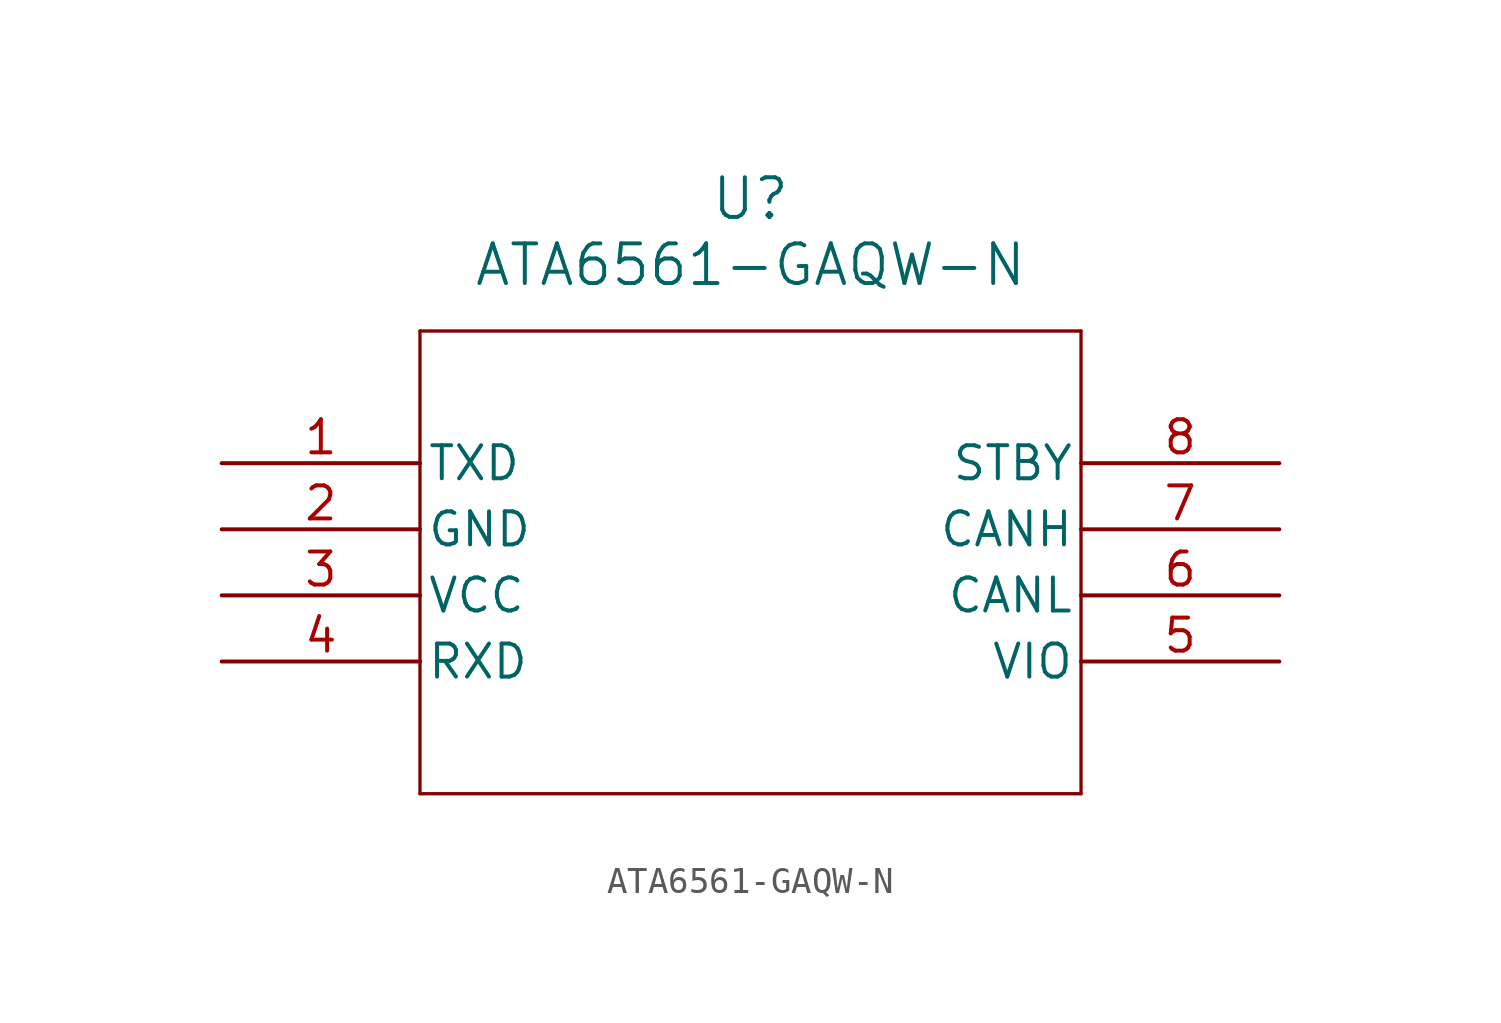
<source format=kicad_sym>
(kicad_symbol_lib
  (version 20241209)
  (generator "kicad_symbol_editor")
  (generator_version "9.0")
  (symbol "ATA6561-GAQW-N"
    (pin_names
      (offset 0.254))
    (property "Reference" "U"
      (at 20.32 10.16 0)
      (effects (font (size 1.524 1.524))))
    (property "Value" "ATA6561-GAQW-N"
      (at 20.32 7.62 0)
      (effects (font (size 1.524 1.524))))
    (property "ki_locked" ""
      (at 0 0 0)
      (effects (font (size 1.27 1.27))))
    (symbol "ATA6561-GAQW-N_0_1"
      (polyline (pts (xy 7.62 5.08) (xy 7.62 -12.7)) (stroke (width 0.127) (type default)) (fill (type none)))
      (polyline (pts (xy 7.62 -12.7) (xy 33.02 -12.7)) (stroke (width 0.127) (type default)) (fill (type none)))
      (polyline (pts (xy 33.02 5.08) (xy 7.62 5.08)) (stroke (width 0.127) (type default)) (fill (type none)))
      (polyline (pts (xy 33.02 -12.7) (xy 33.02 5.08)) (stroke (width 0.127) (type default)) (fill (type none)))
      (pin unspecified line (at 0 0 0) (length 7.62) (name "TXD" (effects (font (size 1.27 1.27)))) (number "1" (effects (font (size 1.27 1.27)))))
      (pin power_out line (at 0 -2.54 0) (length 7.62) (name "GND" (effects (font (size 1.27 1.27)))) (number "2" (effects (font (size 1.27 1.27)))))
      (pin power_in line (at 0 -5.08 0) (length 7.62) (name "VCC" (effects (font (size 1.27 1.27)))) (number "3" (effects (font (size 1.27 1.27)))))
      (pin unspecified line (at 0 -7.62 0) (length 7.62) (name "RXD" (effects (font (size 1.27 1.27)))) (number "4" (effects (font (size 1.27 1.27)))))
      (pin unspecified line (at 40.64 0 180) (length 7.62) (name "STBY" (effects (font (size 1.27 1.27)))) (number "8" (effects (font (size 1.27 1.27)))))
      (pin unspecified line (at 40.64 -2.54 180) (length 7.62) (name "CANH" (effects (font (size 1.27 1.27)))) (number "7" (effects (font (size 1.27 1.27)))))
      (pin unspecified line (at 40.64 -5.08 180) (length 7.62) (name "CANL" (effects (font (size 1.27 1.27)))) (number "6" (effects (font (size 1.27 1.27)))))
      (pin unspecified line (at 40.64 -7.62 180) (length 7.62) (name "VIO" (effects (font (size 1.27 1.27)))) (number "5" (effects (font (size 1.27 1.27))))))))
</source>
